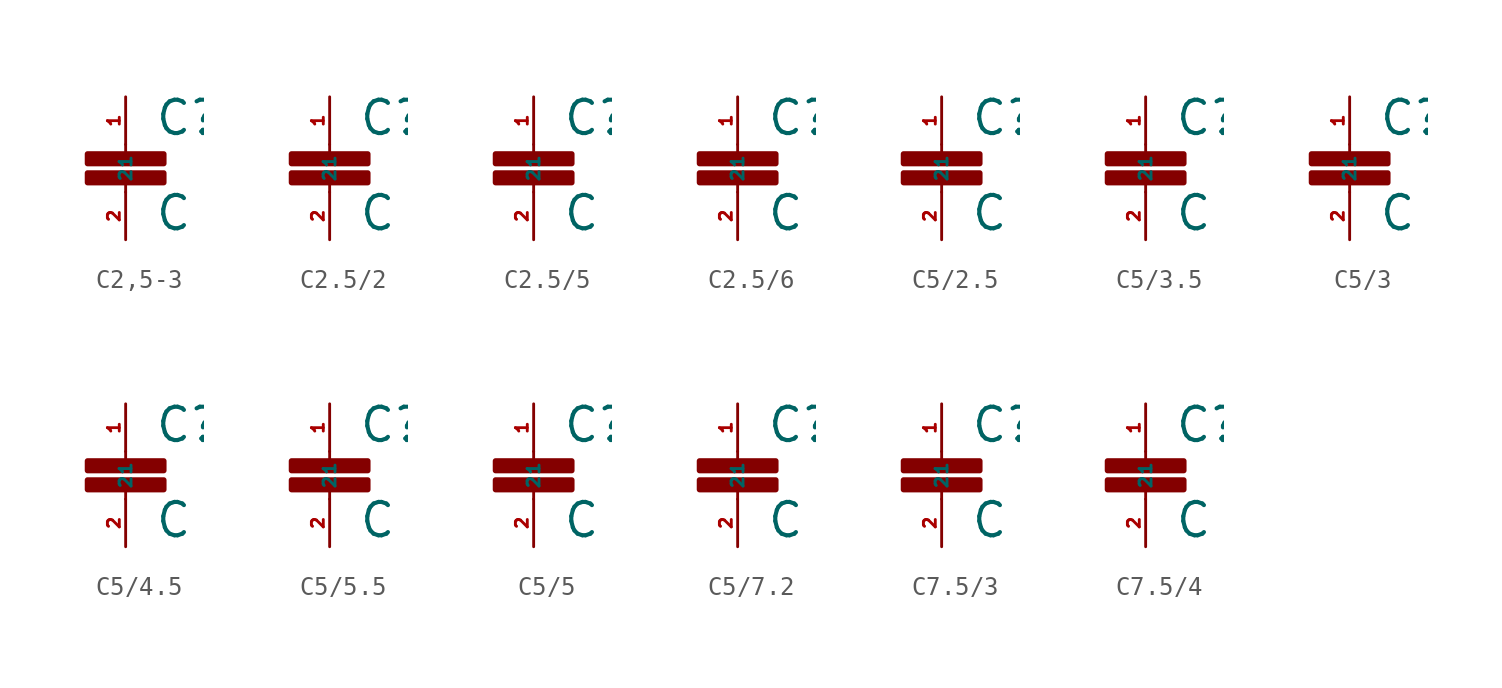
<source format=kicad_sym>
(kicad_symbol_lib
  (version 20220914)
  (generator Eagle2Kicad)
  (symbol "C2,5-3"
    (property "Reference" "C"
      (at 1.524 0.381 0)
      (effects (font (size 1.778 1.778) (thickness 0.22)) (justify left bottom)))
    (property "Value" "C"
      (at 1.524 -4.699 0)
      (effects (font (size 1.778 1.778) (thickness 0.22)) (justify left bottom)))
    (polyline
      (pts (xy 0 -2.54) (xy 0 -2.032))
      (stroke (width 0.152) (type default))
      (fill (type none)))
    (polyline
      (pts (xy 0 0) (xy 0 -0.508))
      (stroke (width 0.152) (type default))
      (fill (type none)))
    (rectangle
      (start -2.032 -1.016)
      (end 2.032 -0.508)
      (stroke (width 0.3) (type default))
      (fill (type outline)))
    (rectangle
      (start -2.032 -2.032)
      (end 2.032 -1.524)
      (stroke (width 0.3) (type default))
      (fill (type outline)))
    (pin passive line
      (at 0 2.54 270)
      (length 2.54)
      (name "1" (effects (font (size 0.635 0.635) (thickness 0.08)) (justify left bottom)))
      (number "1" (effects (font (size 0.635 0.635) (thickness 0.08)) (justify left bottom))))
    (pin passive line
      (at 0 -5.08 90)
      (length 2.54)
      (name "2" (effects (font (size 0.635 0.635) (thickness 0.08)) (justify left bottom)))
      (number "2" (effects (font (size 0.635 0.635) (thickness 0.08)) (justify left bottom)))))
  (symbol "C2.5/2"
    (property "Reference" "C"
      (at 1.524 0.381 0)
      (effects (font (size 1.778 1.778) (thickness 0.22)) (justify left bottom)))
    (property "Value" "C"
      (at 1.524 -4.699 0)
      (effects (font (size 1.778 1.778) (thickness 0.22)) (justify left bottom)))
    (polyline
      (pts (xy 0 -2.54) (xy 0 -2.032))
      (stroke (width 0.152) (type default))
      (fill (type none)))
    (polyline
      (pts (xy 0 0) (xy 0 -0.508))
      (stroke (width 0.152) (type default))
      (fill (type none)))
    (rectangle
      (start -2.032 -1.016)
      (end 2.032 -0.508)
      (stroke (width 0.3) (type default))
      (fill (type outline)))
    (rectangle
      (start -2.032 -2.032)
      (end 2.032 -1.524)
      (stroke (width 0.3) (type default))
      (fill (type outline)))
    (pin passive line
      (at 0 2.54 270)
      (length 2.54)
      (name "1" (effects (font (size 0.635 0.635) (thickness 0.08)) (justify left bottom)))
      (number "1" (effects (font (size 0.635 0.635) (thickness 0.08)) (justify left bottom))))
    (pin passive line
      (at 0 -5.08 90)
      (length 2.54)
      (name "2" (effects (font (size 0.635 0.635) (thickness 0.08)) (justify left bottom)))
      (number "2" (effects (font (size 0.635 0.635) (thickness 0.08)) (justify left bottom)))))
  (symbol "C2.5/5"
    (property "Reference" "C"
      (at 1.524 0.381 0)
      (effects (font (size 1.778 1.778) (thickness 0.22)) (justify left bottom)))
    (property "Value" "C"
      (at 1.524 -4.699 0)
      (effects (font (size 1.778 1.778) (thickness 0.22)) (justify left bottom)))
    (polyline
      (pts (xy 0 -2.54) (xy 0 -2.032))
      (stroke (width 0.152) (type default))
      (fill (type none)))
    (polyline
      (pts (xy 0 0) (xy 0 -0.508))
      (stroke (width 0.152) (type default))
      (fill (type none)))
    (rectangle
      (start -2.032 -1.016)
      (end 2.032 -0.508)
      (stroke (width 0.3) (type default))
      (fill (type outline)))
    (rectangle
      (start -2.032 -2.032)
      (end 2.032 -1.524)
      (stroke (width 0.3) (type default))
      (fill (type outline)))
    (pin passive line
      (at 0 2.54 270)
      (length 2.54)
      (name "1" (effects (font (size 0.635 0.635) (thickness 0.08)) (justify left bottom)))
      (number "1" (effects (font (size 0.635 0.635) (thickness 0.08)) (justify left bottom))))
    (pin passive line
      (at 0 -5.08 90)
      (length 2.54)
      (name "2" (effects (font (size 0.635 0.635) (thickness 0.08)) (justify left bottom)))
      (number "2" (effects (font (size 0.635 0.635) (thickness 0.08)) (justify left bottom)))))
  (symbol "C2.5/6"
    (property "Reference" "C"
      (at 1.524 0.381 0)
      (effects (font (size 1.778 1.778) (thickness 0.22)) (justify left bottom)))
    (property "Value" "C"
      (at 1.524 -4.699 0)
      (effects (font (size 1.778 1.778) (thickness 0.22)) (justify left bottom)))
    (polyline
      (pts (xy 0 -2.54) (xy 0 -2.032))
      (stroke (width 0.152) (type default))
      (fill (type none)))
    (polyline
      (pts (xy 0 0) (xy 0 -0.508))
      (stroke (width 0.152) (type default))
      (fill (type none)))
    (rectangle
      (start -2.032 -1.016)
      (end 2.032 -0.508)
      (stroke (width 0.3) (type default))
      (fill (type outline)))
    (rectangle
      (start -2.032 -2.032)
      (end 2.032 -1.524)
      (stroke (width 0.3) (type default))
      (fill (type outline)))
    (pin passive line
      (at 0 2.54 270)
      (length 2.54)
      (name "1" (effects (font (size 0.635 0.635) (thickness 0.08)) (justify left bottom)))
      (number "1" (effects (font (size 0.635 0.635) (thickness 0.08)) (justify left bottom))))
    (pin passive line
      (at 0 -5.08 90)
      (length 2.54)
      (name "2" (effects (font (size 0.635 0.635) (thickness 0.08)) (justify left bottom)))
      (number "2" (effects (font (size 0.635 0.635) (thickness 0.08)) (justify left bottom)))))
  (symbol "C5/2.5"
    (property "Reference" "C"
      (at 1.524 0.381 0)
      (effects (font (size 1.778 1.778) (thickness 0.22)) (justify left bottom)))
    (property "Value" "C"
      (at 1.524 -4.699 0)
      (effects (font (size 1.778 1.778) (thickness 0.22)) (justify left bottom)))
    (polyline
      (pts (xy 0 -2.54) (xy 0 -2.032))
      (stroke (width 0.152) (type default))
      (fill (type none)))
    (polyline
      (pts (xy 0 0) (xy 0 -0.508))
      (stroke (width 0.152) (type default))
      (fill (type none)))
    (rectangle
      (start -2.032 -1.016)
      (end 2.032 -0.508)
      (stroke (width 0.3) (type default))
      (fill (type outline)))
    (rectangle
      (start -2.032 -2.032)
      (end 2.032 -1.524)
      (stroke (width 0.3) (type default))
      (fill (type outline)))
    (pin passive line
      (at 0 2.54 270)
      (length 2.54)
      (name "1" (effects (font (size 0.635 0.635) (thickness 0.08)) (justify left bottom)))
      (number "1" (effects (font (size 0.635 0.635) (thickness 0.08)) (justify left bottom))))
    (pin passive line
      (at 0 -5.08 90)
      (length 2.54)
      (name "2" (effects (font (size 0.635 0.635) (thickness 0.08)) (justify left bottom)))
      (number "2" (effects (font (size 0.635 0.635) (thickness 0.08)) (justify left bottom)))))
  (symbol "C5/3.5"
    (property "Reference" "C"
      (at 1.524 0.381 0)
      (effects (font (size 1.778 1.778) (thickness 0.22)) (justify left bottom)))
    (property "Value" "C"
      (at 1.524 -4.699 0)
      (effects (font (size 1.778 1.778) (thickness 0.22)) (justify left bottom)))
    (polyline
      (pts (xy 0 -2.54) (xy 0 -2.032))
      (stroke (width 0.152) (type default))
      (fill (type none)))
    (polyline
      (pts (xy 0 0) (xy 0 -0.508))
      (stroke (width 0.152) (type default))
      (fill (type none)))
    (rectangle
      (start -2.032 -1.016)
      (end 2.032 -0.508)
      (stroke (width 0.3) (type default))
      (fill (type outline)))
    (rectangle
      (start -2.032 -2.032)
      (end 2.032 -1.524)
      (stroke (width 0.3) (type default))
      (fill (type outline)))
    (pin passive line
      (at 0 2.54 270)
      (length 2.54)
      (name "1" (effects (font (size 0.635 0.635) (thickness 0.08)) (justify left bottom)))
      (number "1" (effects (font (size 0.635 0.635) (thickness 0.08)) (justify left bottom))))
    (pin passive line
      (at 0 -5.08 90)
      (length 2.54)
      (name "2" (effects (font (size 0.635 0.635) (thickness 0.08)) (justify left bottom)))
      (number "2" (effects (font (size 0.635 0.635) (thickness 0.08)) (justify left bottom)))))
  (symbol "C5/3"
    (property "Reference" "C"
      (at 1.524 0.381 0)
      (effects (font (size 1.778 1.778) (thickness 0.22)) (justify left bottom)))
    (property "Value" "C"
      (at 1.524 -4.699 0)
      (effects (font (size 1.778 1.778) (thickness 0.22)) (justify left bottom)))
    (polyline
      (pts (xy 0 -2.54) (xy 0 -2.032))
      (stroke (width 0.152) (type default))
      (fill (type none)))
    (polyline
      (pts (xy 0 0) (xy 0 -0.508))
      (stroke (width 0.152) (type default))
      (fill (type none)))
    (rectangle
      (start -2.032 -1.016)
      (end 2.032 -0.508)
      (stroke (width 0.3) (type default))
      (fill (type outline)))
    (rectangle
      (start -2.032 -2.032)
      (end 2.032 -1.524)
      (stroke (width 0.3) (type default))
      (fill (type outline)))
    (pin passive line
      (at 0 2.54 270)
      (length 2.54)
      (name "1" (effects (font (size 0.635 0.635) (thickness 0.08)) (justify left bottom)))
      (number "1" (effects (font (size 0.635 0.635) (thickness 0.08)) (justify left bottom))))
    (pin passive line
      (at 0 -5.08 90)
      (length 2.54)
      (name "2" (effects (font (size 0.635 0.635) (thickness 0.08)) (justify left bottom)))
      (number "2" (effects (font (size 0.635 0.635) (thickness 0.08)) (justify left bottom)))))
  (symbol "C5/4.5"
    (property "Reference" "C"
      (at 1.524 0.381 0)
      (effects (font (size 1.778 1.778) (thickness 0.22)) (justify left bottom)))
    (property "Value" "C"
      (at 1.524 -4.699 0)
      (effects (font (size 1.778 1.778) (thickness 0.22)) (justify left bottom)))
    (polyline
      (pts (xy 0 -2.54) (xy 0 -2.032))
      (stroke (width 0.152) (type default))
      (fill (type none)))
    (polyline
      (pts (xy 0 0) (xy 0 -0.508))
      (stroke (width 0.152) (type default))
      (fill (type none)))
    (rectangle
      (start -2.032 -1.016)
      (end 2.032 -0.508)
      (stroke (width 0.3) (type default))
      (fill (type outline)))
    (rectangle
      (start -2.032 -2.032)
      (end 2.032 -1.524)
      (stroke (width 0.3) (type default))
      (fill (type outline)))
    (pin passive line
      (at 0 2.54 270)
      (length 2.54)
      (name "1" (effects (font (size 0.635 0.635) (thickness 0.08)) (justify left bottom)))
      (number "1" (effects (font (size 0.635 0.635) (thickness 0.08)) (justify left bottom))))
    (pin passive line
      (at 0 -5.08 90)
      (length 2.54)
      (name "2" (effects (font (size 0.635 0.635) (thickness 0.08)) (justify left bottom)))
      (number "2" (effects (font (size 0.635 0.635) (thickness 0.08)) (justify left bottom)))))
  (symbol "C5/5.5"
    (property "Reference" "C"
      (at 1.524 0.381 0)
      (effects (font (size 1.778 1.778) (thickness 0.22)) (justify left bottom)))
    (property "Value" "C"
      (at 1.524 -4.699 0)
      (effects (font (size 1.778 1.778) (thickness 0.22)) (justify left bottom)))
    (polyline
      (pts (xy 0 -2.54) (xy 0 -2.032))
      (stroke (width 0.152) (type default))
      (fill (type none)))
    (polyline
      (pts (xy 0 0) (xy 0 -0.508))
      (stroke (width 0.152) (type default))
      (fill (type none)))
    (rectangle
      (start -2.032 -1.016)
      (end 2.032 -0.508)
      (stroke (width 0.3) (type default))
      (fill (type outline)))
    (rectangle
      (start -2.032 -2.032)
      (end 2.032 -1.524)
      (stroke (width 0.3) (type default))
      (fill (type outline)))
    (pin passive line
      (at 0 2.54 270)
      (length 2.54)
      (name "1" (effects (font (size 0.635 0.635) (thickness 0.08)) (justify left bottom)))
      (number "1" (effects (font (size 0.635 0.635) (thickness 0.08)) (justify left bottom))))
    (pin passive line
      (at 0 -5.08 90)
      (length 2.54)
      (name "2" (effects (font (size 0.635 0.635) (thickness 0.08)) (justify left bottom)))
      (number "2" (effects (font (size 0.635 0.635) (thickness 0.08)) (justify left bottom)))))
  (symbol "C5/5"
    (property "Reference" "C"
      (at 1.524 0.381 0)
      (effects (font (size 1.778 1.778) (thickness 0.22)) (justify left bottom)))
    (property "Value" "C"
      (at 1.524 -4.699 0)
      (effects (font (size 1.778 1.778) (thickness 0.22)) (justify left bottom)))
    (polyline
      (pts (xy 0 -2.54) (xy 0 -2.032))
      (stroke (width 0.152) (type default))
      (fill (type none)))
    (polyline
      (pts (xy 0 0) (xy 0 -0.508))
      (stroke (width 0.152) (type default))
      (fill (type none)))
    (rectangle
      (start -2.032 -1.016)
      (end 2.032 -0.508)
      (stroke (width 0.3) (type default))
      (fill (type outline)))
    (rectangle
      (start -2.032 -2.032)
      (end 2.032 -1.524)
      (stroke (width 0.3) (type default))
      (fill (type outline)))
    (pin passive line
      (at 0 2.54 270)
      (length 2.54)
      (name "1" (effects (font (size 0.635 0.635) (thickness 0.08)) (justify left bottom)))
      (number "1" (effects (font (size 0.635 0.635) (thickness 0.08)) (justify left bottom))))
    (pin passive line
      (at 0 -5.08 90)
      (length 2.54)
      (name "2" (effects (font (size 0.635 0.635) (thickness 0.08)) (justify left bottom)))
      (number "2" (effects (font (size 0.635 0.635) (thickness 0.08)) (justify left bottom)))))
  (symbol "C5/7.2"
    (property "Reference" "C"
      (at 1.524 0.381 0)
      (effects (font (size 1.778 1.778) (thickness 0.22)) (justify left bottom)))
    (property "Value" "C"
      (at 1.524 -4.699 0)
      (effects (font (size 1.778 1.778) (thickness 0.22)) (justify left bottom)))
    (polyline
      (pts (xy 0 -2.54) (xy 0 -2.032))
      (stroke (width 0.152) (type default))
      (fill (type none)))
    (polyline
      (pts (xy 0 0) (xy 0 -0.508))
      (stroke (width 0.152) (type default))
      (fill (type none)))
    (rectangle
      (start -2.032 -1.016)
      (end 2.032 -0.508)
      (stroke (width 0.3) (type default))
      (fill (type outline)))
    (rectangle
      (start -2.032 -2.032)
      (end 2.032 -1.524)
      (stroke (width 0.3) (type default))
      (fill (type outline)))
    (pin passive line
      (at 0 2.54 270)
      (length 2.54)
      (name "1" (effects (font (size 0.635 0.635) (thickness 0.08)) (justify left bottom)))
      (number "1" (effects (font (size 0.635 0.635) (thickness 0.08)) (justify left bottom))))
    (pin passive line
      (at 0 -5.08 90)
      (length 2.54)
      (name "2" (effects (font (size 0.635 0.635) (thickness 0.08)) (justify left bottom)))
      (number "2" (effects (font (size 0.635 0.635) (thickness 0.08)) (justify left bottom)))))
  (symbol "C7.5/3"
    (property "Reference" "C"
      (at 1.524 0.381 0)
      (effects (font (size 1.778 1.778) (thickness 0.22)) (justify left bottom)))
    (property "Value" "C"
      (at 1.524 -4.699 0)
      (effects (font (size 1.778 1.778) (thickness 0.22)) (justify left bottom)))
    (polyline
      (pts (xy 0 -2.54) (xy 0 -2.032))
      (stroke (width 0.152) (type default))
      (fill (type none)))
    (polyline
      (pts (xy 0 0) (xy 0 -0.508))
      (stroke (width 0.152) (type default))
      (fill (type none)))
    (rectangle
      (start -2.032 -1.016)
      (end 2.032 -0.508)
      (stroke (width 0.3) (type default))
      (fill (type outline)))
    (rectangle
      (start -2.032 -2.032)
      (end 2.032 -1.524)
      (stroke (width 0.3) (type default))
      (fill (type outline)))
    (pin passive line
      (at 0 2.54 270)
      (length 2.54)
      (name "1" (effects (font (size 0.635 0.635) (thickness 0.08)) (justify left bottom)))
      (number "1" (effects (font (size 0.635 0.635) (thickness 0.08)) (justify left bottom))))
    (pin passive line
      (at 0 -5.08 90)
      (length 2.54)
      (name "2" (effects (font (size 0.635 0.635) (thickness 0.08)) (justify left bottom)))
      (number "2" (effects (font (size 0.635 0.635) (thickness 0.08)) (justify left bottom)))))
  (symbol "C7.5/4"
    (property "Reference" "C"
      (at 1.524 0.381 0)
      (effects (font (size 1.778 1.778) (thickness 0.22)) (justify left bottom)))
    (property "Value" "C"
      (at 1.524 -4.699 0)
      (effects (font (size 1.778 1.778) (thickness 0.22)) (justify left bottom)))
    (polyline
      (pts (xy 0 -2.54) (xy 0 -2.032))
      (stroke (width 0.152) (type default))
      (fill (type none)))
    (polyline
      (pts (xy 0 0) (xy 0 -0.508))
      (stroke (width 0.152) (type default))
      (fill (type none)))
    (rectangle
      (start -2.032 -1.016)
      (end 2.032 -0.508)
      (stroke (width 0.3) (type default))
      (fill (type outline)))
    (rectangle
      (start -2.032 -2.032)
      (end 2.032 -1.524)
      (stroke (width 0.3) (type default))
      (fill (type outline)))
    (pin passive line
      (at 0 2.54 270)
      (length 2.54)
      (name "1" (effects (font (size 0.635 0.635) (thickness 0.08)) (justify left bottom)))
      (number "1" (effects (font (size 0.635 0.635) (thickness 0.08)) (justify left bottom))))
    (pin passive line
      (at 0 -5.08 90)
      (length 2.54)
      (name "2" (effects (font (size 0.635 0.635) (thickness 0.08)) (justify left bottom)))
      (number "2" (effects (font (size 0.635 0.635) (thickness 0.08)) (justify left bottom))))))
</source>
